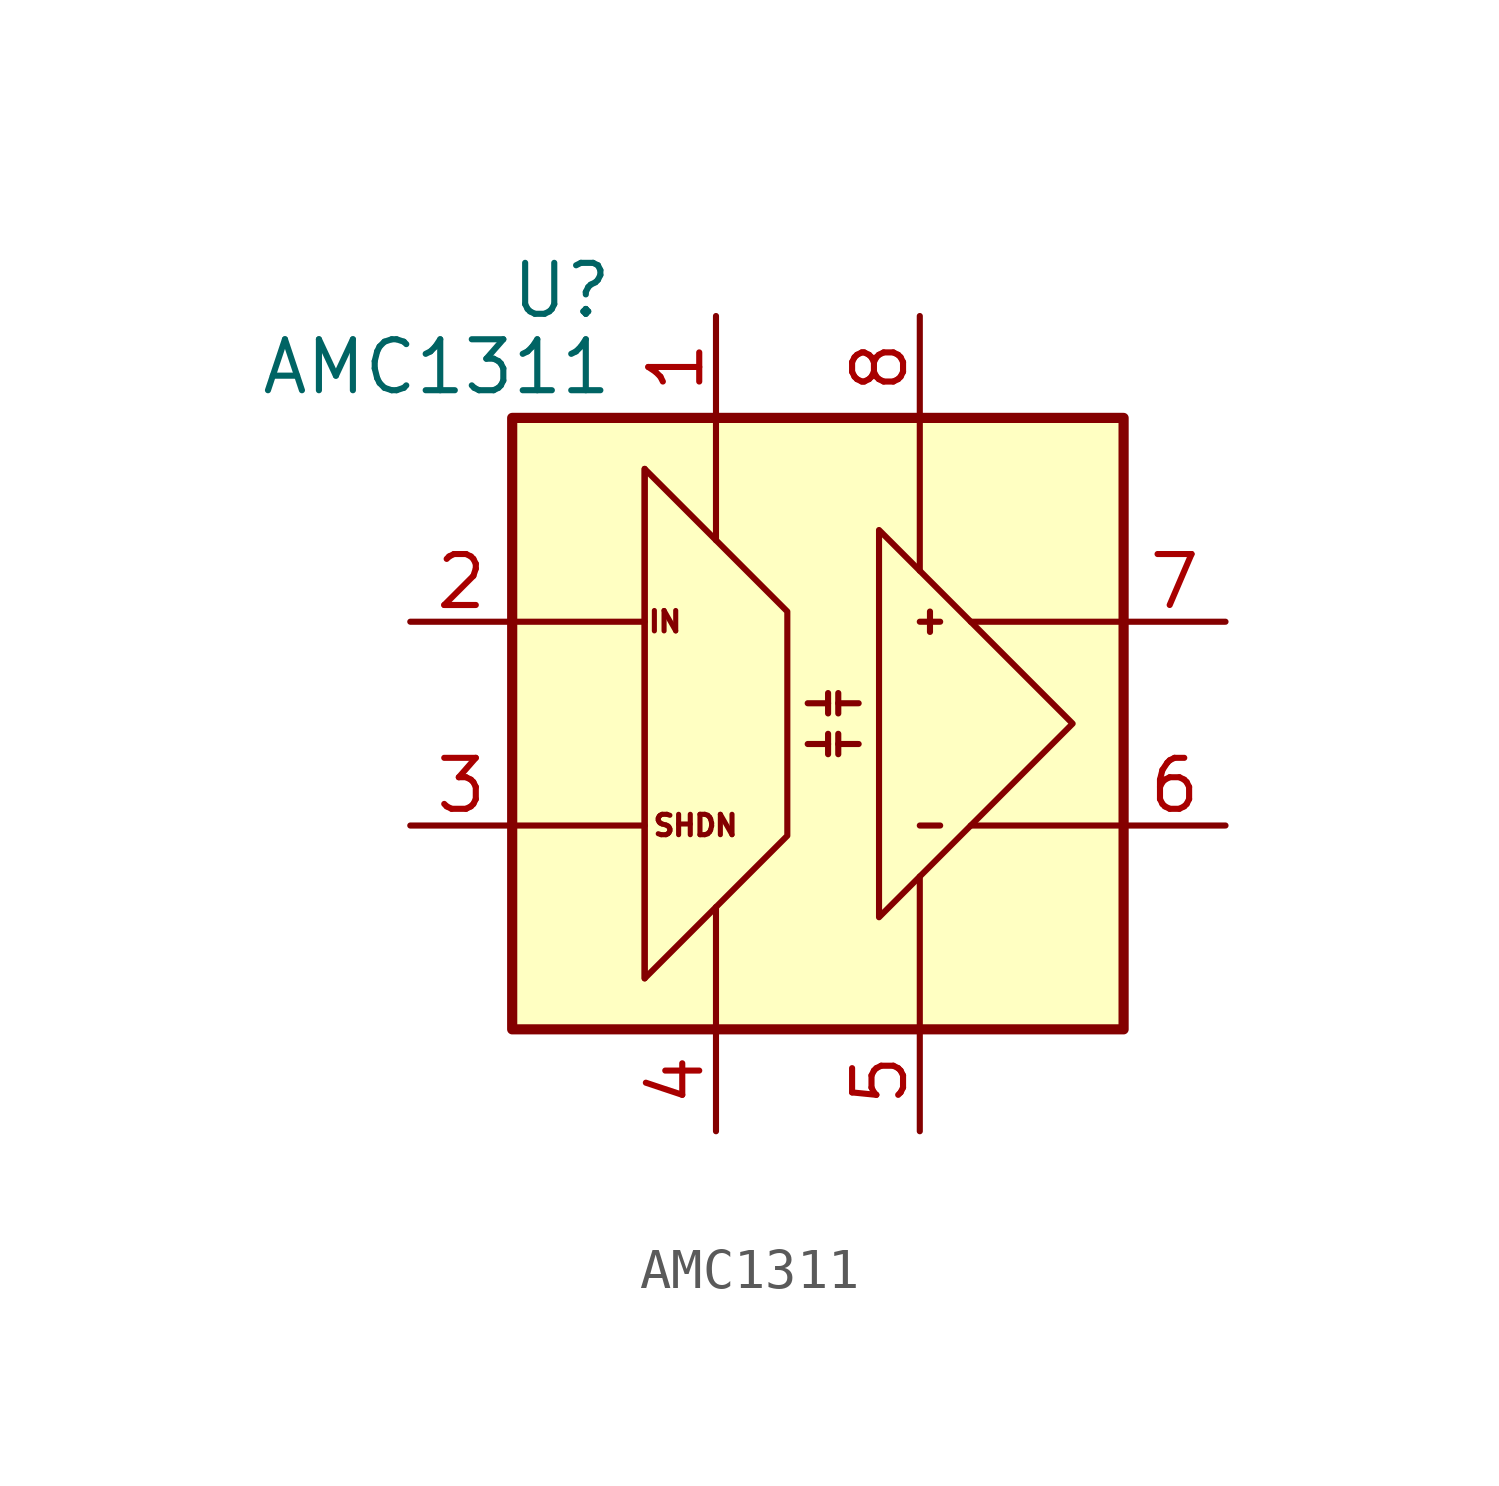
<source format=kicad_sym>
(kicad_symbol_lib
  (version 20231120)
  (generator "kicad_symbol_editor")
  (generator_version "8.0")
  (symbol "AMC1311"
    (pin_names
      (offset 0) hide)
    (property "Reference" "U"
      (at -5.08 10.795 0)
      (effects (font (size 1.27 1.27)) (justify right)))
    (property "Value" "AMC1311"
      (at -5.08 8.89 0)
      (effects (font (size 1.27 1.27)) (justify right)))
    (symbol "AMC1311_0_0"
      (polyline (pts (xy -7.62 -2.54) (xy -4.318 -2.54)) (stroke (width 0) (type default)) (fill (type none)))
      (text "IN" (at -3.81 2.54 0) (effects (font (size 0.508 0.508))))
      (text "SHDN" (at -3.048 -2.54 0) (effects (font (size 0.508 0.508)))))
    (symbol "AMC1311_0_1"
      (rectangle (start -7.62 7.62) (end 7.62 -7.62) (stroke (width 0.254) (type default)) (fill (type background)))
      (polyline (pts (xy -7.62 2.54) (xy -4.318 2.54)) (stroke (width 0) (type default)) (fill (type none)))
      (polyline (pts (xy -4.318 6.35) (xy -4.318 -6.35)) (stroke (width 0) (type default)) (fill (type none)))
      (polyline (pts (xy -2.54 -7.62) (xy -2.54 -4.572)) (stroke (width 0) (type default)) (fill (type none)))
      (polyline (pts (xy -2.54 7.62) (xy -2.54 4.572)) (stroke (width 0) (type default)) (fill (type none)))
      (polyline (pts (xy 0.254 -0.508) (xy -0.254 -0.508)) (stroke (width 0) (type default)) (fill (type none)))
      (polyline (pts (xy 0.254 -0.254) (xy 0.254 -0.762)) (stroke (width 0) (type default)) (fill (type none)))
      (polyline (pts (xy 0.254 0.508) (xy -0.254 0.508)) (stroke (width 0) (type default)) (fill (type none)))
      (polyline (pts (xy 0.254 0.762) (xy 0.254 0.254)) (stroke (width 0) (type default)) (fill (type none)))
      (polyline (pts (xy 0.508 -0.508) (xy 1.016 -0.508)) (stroke (width 0) (type default)) (fill (type none)))
      (polyline (pts (xy 0.508 -0.254) (xy 0.508 -0.762)) (stroke (width 0) (type default)) (fill (type none)))
      (polyline (pts (xy 0.508 0.508) (xy 1.016 0.508)) (stroke (width 0) (type default)) (fill (type none)))
      (polyline (pts (xy 0.508 0.762) (xy 0.508 0.254)) (stroke (width 0) (type default)) (fill (type none)))
      (polyline (pts (xy 2.54 -7.62) (xy 2.54 -3.81)) (stroke (width 0) (type default)) (fill (type none)))
      (polyline (pts (xy 2.54 7.62) (xy 2.54 3.81)) (stroke (width 0) (type default)) (fill (type none)))
      (polyline (pts (xy 2.794 2.794) (xy 2.794 2.286)) (stroke (width 0) (type default)) (fill (type none)))
      (polyline (pts (xy 3.048 -2.54) (xy 2.54 -2.54)) (stroke (width 0) (type default)) (fill (type none)))
      (polyline (pts (xy 3.048 2.54) (xy 2.54 2.54)) (stroke (width 0) (type default)) (fill (type none)))
      (polyline (pts (xy 7.62 -2.54) (xy 3.81 -2.54)) (stroke (width 0) (type default)) (fill (type none)))
      (polyline (pts (xy 7.62 2.54) (xy 3.81 2.54)) (stroke (width 0) (type default)) (fill (type none)))
      (polyline (pts (xy 6.35 0) (xy 1.524 -4.826) (xy 1.524 4.826) (xy 6.35 0)) (stroke (width 0) (type default)) (fill (type none)))
      (polyline (pts (xy -4.318 -6.35) (xy -0.762 -2.794) (xy -0.762 2.794) (xy -4.318 6.35) (xy -4.318 -6.35)) (stroke (width 0) (type default)) (fill (type none))))
    (symbol "AMC1311_1_1"
      (pin power_in line (at -2.54 10.16 270) (length 2.54) (name "VDD1" (effects (font (size 1.27 1.27)))) (number "1" (effects (font (size 1.27 1.27)))))
      (pin input line (at -10.16 2.54 0) (length 2.54) (name "IN" (effects (font (size 1.27 1.27)))) (number "2" (effects (font (size 1.27 1.27)))))
      (pin input line (at -10.16 -2.54 0) (length 2.54) (name "IN-" (effects (font (size 1.27 1.27)))) (number "3" (effects (font (size 1.27 1.27)))))
      (pin power_in line (at -2.54 -10.16 90) (length 2.54) (name "GND1" (effects (font (size 1.27 1.27)))) (number "4" (effects (font (size 1.27 1.27)))))
      (pin power_in line (at 2.54 -10.16 90) (length 2.54) (name "GND2" (effects (font (size 1.27 1.27)))) (number "5" (effects (font (size 1.27 1.27)))))
      (pin output line (at 10.16 -2.54 180) (length 2.54) (name "OUT-" (effects (font (size 1.27 1.27)))) (number "6" (effects (font (size 1.27 1.27)))))
      (pin output line (at 10.16 2.54 180) (length 2.54) (name "OUT+" (effects (font (size 1.27 1.27)))) (number "7" (effects (font (size 1.27 1.27)))))
      (pin power_in line (at 2.54 10.16 270) (length 2.54) (name "VDD2" (effects (font (size 1.27 1.27)))) (number "8" (effects (font (size 1.27 1.27))))))))
</source>
